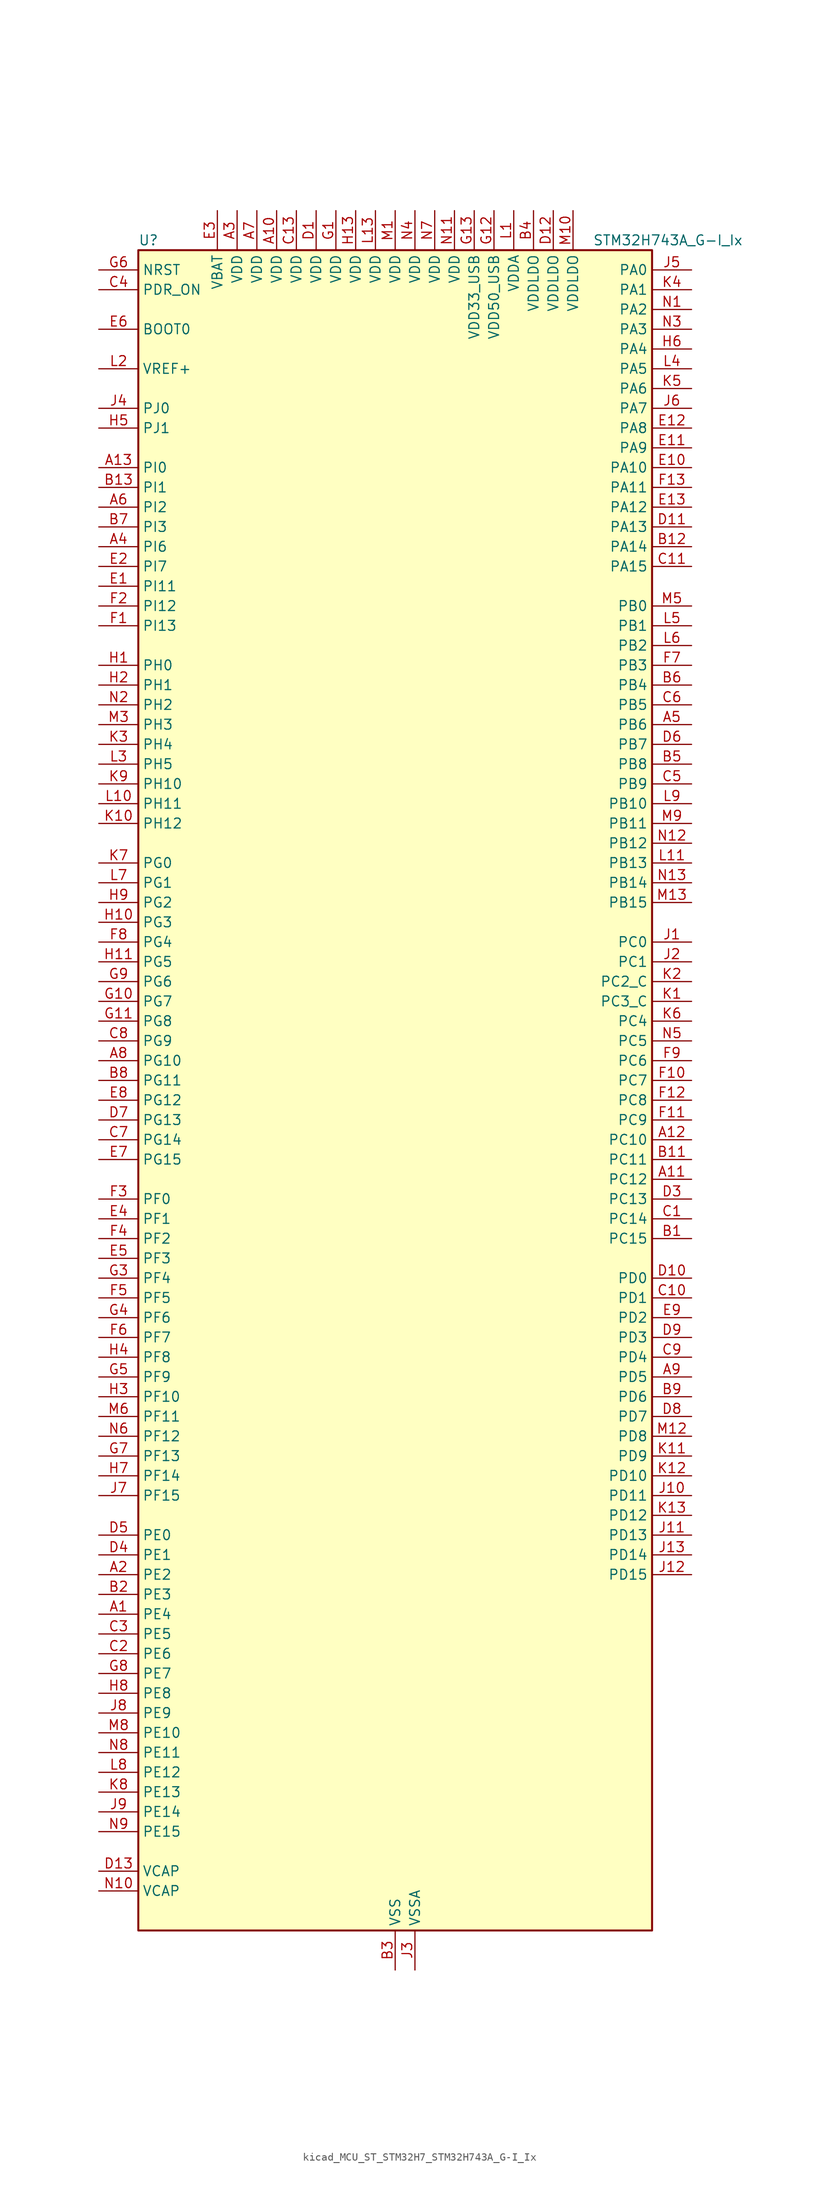
<source format=kicad_sym>
(kicad_symbol_lib
  (version 20220914)
  (generator kicad_symbol_editor)
  (symbol "kicad_MCU_ST_STM32H7_STM32H743A_G-I_Ix"
    (property "Reference" "U"
      (at -33.02 110.49 0)
      (effects (font (size 1.27 1.27)) (justify left)))
    (property "Value" "STM32H743A_G-I_Ix"
      (at 25.4 110.49 0)
      (effects (font (size 1.27 1.27)) (justify left)))
    (property "ki_locked" ""
      (at 0 0 0)
      (effects (font (size 1.27 1.27))))
    (symbol "kicad_MCU_ST_STM32H7_STM32H743A_G-I_Ix_0_1"
      (rectangle (start -33.02 -106.68) (end 33.02 109.22) (stroke (width 0.254) (type default)) (fill (type background))))
    (symbol "kicad_MCU_ST_STM32H7_STM32H743A_G-I_Ix_1_1"
      (pin bidirectional line (at -38.1 -66.04 0) (length 5.08) (name "PE4" (effects (font (size 1.27 1.27)))) (number "A1" (effects (font (size 1.27 1.27)))) (alternate "DCMI_D4" bidirectional line) (alternate "DEBUG_TRACED1" bidirectional line) (alternate "DFSDM1_DATIN3" bidirectional line) (alternate "FMC_A20" bidirectional line) (alternate "LTDC_B0" bidirectional line) (alternate "SAI1_D2" bidirectional line) (alternate "SAI1_FS_A" bidirectional line) (alternate "SAI4_D2" bidirectional line) (alternate "SAI4_FS_A" bidirectional line) (alternate "SPI4_NSS" bidirectional line) (alternate "TIM15_CH1N" bidirectional line))
      (pin power_in line (at -15.24 114.3 270) (length 5.08) (name "VDD" (effects (font (size 1.27 1.27)))) (number "A10" (effects (font (size 1.27 1.27)))))
      (pin bidirectional line (at 38.1 -10.16 180) (length 5.08) (name "PC12" (effects (font (size 1.27 1.27)))) (number "A11" (effects (font (size 1.27 1.27)))) (alternate "DCMI_D9" bidirectional line) (alternate "DEBUG_TRACED3" bidirectional line) (alternate "HRTIM_EEV2" bidirectional line) (alternate "I2S3_SDO" bidirectional line) (alternate "SDMMC1_CK" bidirectional line) (alternate "SPI3_MOSI" bidirectional line) (alternate "UART5_TX" bidirectional line) (alternate "USART3_CK" bidirectional line))
      (pin bidirectional line (at 38.1 -5.08 180) (length 5.08) (name "PC10" (effects (font (size 1.27 1.27)))) (number "A12" (effects (font (size 1.27 1.27)))) (alternate "DCMI_D8" bidirectional line) (alternate "DFSDM1_CKIN5" bidirectional line) (alternate "HRTIM_EEV1" bidirectional line) (alternate "I2S3_CK" bidirectional line) (alternate "LTDC_R2" bidirectional line) (alternate "QUADSPI_BK1_IO1" bidirectional line) (alternate "SDMMC1_D2" bidirectional line) (alternate "SPI3_SCK" bidirectional line) (alternate "UART4_TX" bidirectional line) (alternate "USART3_TX" bidirectional line))
      (pin bidirectional line (at -38.1 81.28 0) (length 5.08) (name "PI0" (effects (font (size 1.27 1.27)))) (number "A13" (effects (font (size 1.27 1.27)))) (alternate "DCMI_D13" bidirectional line) (alternate "FMC_D24" bidirectional line) (alternate "I2S2_WS" bidirectional line) (alternate "LTDC_G5" bidirectional line) (alternate "SPI2_NSS" bidirectional line) (alternate "TIM5_CH4" bidirectional line))
      (pin bidirectional line (at -38.1 -60.96 0) (length 5.08) (name "PE2" (effects (font (size 1.27 1.27)))) (number "A2" (effects (font (size 1.27 1.27)))) (alternate "DEBUG_TRACECLK" bidirectional line) (alternate "ETH_TXD3" bidirectional line) (alternate "FMC_A23" bidirectional line) (alternate "QUADSPI_BK1_IO2" bidirectional line) (alternate "SAI1_CK1" bidirectional line) (alternate "SAI1_MCLK_A" bidirectional line) (alternate "SAI4_CK1" bidirectional line) (alternate "SAI4_MCLK_A" bidirectional line) (alternate "SPI4_SCK" bidirectional line))
      (pin power_in line (at -20.32 114.3 270) (length 5.08) (name "VDD" (effects (font (size 1.27 1.27)))) (number "A3" (effects (font (size 1.27 1.27)))))
      (pin bidirectional line (at -38.1 71.12 0) (length 5.08) (name "PI6" (effects (font (size 1.27 1.27)))) (number "A4" (effects (font (size 1.27 1.27)))) (alternate "DCMI_D6" bidirectional line) (alternate "FMC_D28" bidirectional line) (alternate "LTDC_B6" bidirectional line) (alternate "SAI2_SD_A" bidirectional line) (alternate "TIM8_CH2" bidirectional line))
      (pin bidirectional line (at 38.1 48.26 180) (length 5.08) (name "PB6" (effects (font (size 1.27 1.27)))) (number "A5" (effects (font (size 1.27 1.27)))) (alternate "CEC" bidirectional line) (alternate "DCMI_D5" bidirectional line) (alternate "DFSDM1_DATIN5" bidirectional line) (alternate "FDCAN2_TX" bidirectional line) (alternate "FMC_SDNE1" bidirectional line) (alternate "HRTIM_EEV8" bidirectional line) (alternate "I2C1_SCL" bidirectional line) (alternate "I2C4_SCL" bidirectional line) (alternate "LPUART1_TX" bidirectional line) (alternate "QUADSPI_BK1_NCS" bidirectional line) (alternate "TIM16_CH1N" bidirectional line) (alternate "TIM4_CH1" bidirectional line) (alternate "UART5_TX" bidirectional line) (alternate "USART1_TX" bidirectional line))
      (pin bidirectional line (at -38.1 76.2 0) (length 5.08) (name "PI2" (effects (font (size 1.27 1.27)))) (number "A6" (effects (font (size 1.27 1.27)))) (alternate "DCMI_D9" bidirectional line) (alternate "FMC_D26" bidirectional line) (alternate "I2S2_SDI" bidirectional line) (alternate "LTDC_G7" bidirectional line) (alternate "SPI2_MISO" bidirectional line) (alternate "TIM8_CH4" bidirectional line))
      (pin power_in line (at -17.78 114.3 270) (length 5.08) (name "VDD" (effects (font (size 1.27 1.27)))) (number "A7" (effects (font (size 1.27 1.27)))))
      (pin bidirectional line (at -38.1 5.08 0) (length 5.08) (name "PG10" (effects (font (size 1.27 1.27)))) (number "A8" (effects (font (size 1.27 1.27)))) (alternate "DCMI_D2" bidirectional line) (alternate "FMC_NE3" bidirectional line) (alternate "HRTIM_FLT5" bidirectional line) (alternate "I2S1_WS" bidirectional line) (alternate "LTDC_B2" bidirectional line) (alternate "LTDC_G3" bidirectional line) (alternate "SAI2_SD_B" bidirectional line) (alternate "SPI1_NSS" bidirectional line))
      (pin bidirectional line (at 38.1 -35.56 180) (length 5.08) (name "PD5" (effects (font (size 1.27 1.27)))) (number "A9" (effects (font (size 1.27 1.27)))) (alternate "FMC_NWE" bidirectional line) (alternate "HRTIM_EEV3" bidirectional line) (alternate "USART2_TX" bidirectional line))
      (pin bidirectional line (at 38.1 -17.78 180) (length 5.08) (name "PC15" (effects (font (size 1.27 1.27)))) (number "B1" (effects (font (size 1.27 1.27)))) (alternate "ADC1_EXTI15" bidirectional line) (alternate "ADC2_EXTI15" bidirectional line) (alternate "ADC3_EXTI15" bidirectional line) (alternate "RCC_OSC32_OUT" bidirectional line))
      (pin passive line (at 0 -111.76 90) (length 5.08) hide (name "VSS" (effects (font (size 1.27 1.27)))) (number "B10" (effects (font (size 1.27 1.27)))))
      (pin bidirectional line (at 38.1 -7.62 180) (length 5.08) (name "PC11" (effects (font (size 1.27 1.27)))) (number "B11" (effects (font (size 1.27 1.27)))) (alternate "ADC1_EXTI11" bidirectional line) (alternate "ADC2_EXTI11" bidirectional line) (alternate "ADC3_EXTI11" bidirectional line) (alternate "DCMI_D4" bidirectional line) (alternate "DFSDM1_DATIN5" bidirectional line) (alternate "HRTIM_FLT2" bidirectional line) (alternate "I2S3_SDI" bidirectional line) (alternate "QUADSPI_BK2_NCS" bidirectional line) (alternate "SDMMC1_D3" bidirectional line) (alternate "SPI3_MISO" bidirectional line) (alternate "UART4_RX" bidirectional line) (alternate "USART3_RX" bidirectional line))
      (pin bidirectional line (at 38.1 71.12 180) (length 5.08) (name "PA14" (effects (font (size 1.27 1.27)))) (number "B12" (effects (font (size 1.27 1.27)))) (alternate "DEBUG_JTCK-SWCLK" bidirectional line))
      (pin bidirectional line (at -38.1 78.74 0) (length 5.08) (name "PI1" (effects (font (size 1.27 1.27)))) (number "B13" (effects (font (size 1.27 1.27)))) (alternate "DCMI_D8" bidirectional line) (alternate "FMC_D25" bidirectional line) (alternate "I2S2_CK" bidirectional line) (alternate "LTDC_G6" bidirectional line) (alternate "SPI2_SCK" bidirectional line) (alternate "TIM8_BKIN2" bidirectional line) (alternate "TIM8_BKIN2_COMP1" bidirectional line) (alternate "TIM8_BKIN2_COMP2" bidirectional line))
      (pin bidirectional line (at -38.1 -63.5 0) (length 5.08) (name "PE3" (effects (font (size 1.27 1.27)))) (number "B2" (effects (font (size 1.27 1.27)))) (alternate "DEBUG_TRACED0" bidirectional line) (alternate "FMC_A19" bidirectional line) (alternate "SAI1_SD_B" bidirectional line) (alternate "SAI4_SD_B" bidirectional line) (alternate "TIM15_BKIN" bidirectional line))
      (pin power_in line (at 0 -111.76 90) (length 5.08) (name "VSS" (effects (font (size 1.27 1.27)))) (number "B3" (effects (font (size 1.27 1.27)))))
      (pin power_in line (at 17.78 114.3 270) (length 5.08) (name "VDDLDO" (effects (font (size 1.27 1.27)))) (number "B4" (effects (font (size 1.27 1.27)))))
      (pin bidirectional line (at 38.1 43.18 180) (length 5.08) (name "PB8" (effects (font (size 1.27 1.27)))) (number "B5" (effects (font (size 1.27 1.27)))) (alternate "DCMI_D6" bidirectional line) (alternate "DFSDM1_CKIN7" bidirectional line) (alternate "ETH_TXD3" bidirectional line) (alternate "FDCAN1_RX" bidirectional line) (alternate "I2C1_SCL" bidirectional line) (alternate "I2C4_SCL" bidirectional line) (alternate "LTDC_B6" bidirectional line) (alternate "SDMMC1_CKIN" bidirectional line) (alternate "SDMMC1_D4" bidirectional line) (alternate "SDMMC2_D4" bidirectional line) (alternate "TIM16_CH1" bidirectional line) (alternate "TIM4_CH3" bidirectional line) (alternate "UART4_RX" bidirectional line))
      (pin bidirectional line (at 38.1 53.34 180) (length 5.08) (name "PB4" (effects (font (size 1.27 1.27)))) (number "B6" (effects (font (size 1.27 1.27)))) (alternate "DEBUG_JTRST" bidirectional line) (alternate "HRTIM_EEV6" bidirectional line) (alternate "I2S1_SDI" bidirectional line) (alternate "I2S2_WS" bidirectional line) (alternate "I2S3_SDI" bidirectional line) (alternate "SDMMC2_D3" bidirectional line) (alternate "SPI1_MISO" bidirectional line) (alternate "SPI2_NSS" bidirectional line) (alternate "SPI3_MISO" bidirectional line) (alternate "SPI6_MISO" bidirectional line) (alternate "TIM16_BKIN" bidirectional line) (alternate "TIM3_CH1" bidirectional line) (alternate "UART7_TX" bidirectional line))
      (pin bidirectional line (at -38.1 73.66 0) (length 5.08) (name "PI3" (effects (font (size 1.27 1.27)))) (number "B7" (effects (font (size 1.27 1.27)))) (alternate "DCMI_D10" bidirectional line) (alternate "FMC_D27" bidirectional line) (alternate "I2S2_SDO" bidirectional line) (alternate "SPI2_MOSI" bidirectional line) (alternate "TIM8_ETR" bidirectional line))
      (pin bidirectional line (at -38.1 2.54 0) (length 5.08) (name "PG11" (effects (font (size 1.27 1.27)))) (number "B8" (effects (font (size 1.27 1.27)))) (alternate "ADC1_EXTI11" bidirectional line) (alternate "ADC2_EXTI11" bidirectional line) (alternate "ADC3_EXTI11" bidirectional line) (alternate "DCMI_D3" bidirectional line) (alternate "ETH_TX_EN" bidirectional line) (alternate "HRTIM_EEV4" bidirectional line) (alternate "I2S1_CK" bidirectional line) (alternate "LPTIM1_IN2" bidirectional line) (alternate "LTDC_B3" bidirectional line) (alternate "SDMMC2_D2" bidirectional line) (alternate "SPDIFRX1_IN0" bidirectional line) (alternate "SPI1_SCK" bidirectional line))
      (pin bidirectional line (at 38.1 -38.1 180) (length 5.08) (name "PD6" (effects (font (size 1.27 1.27)))) (number "B9" (effects (font (size 1.27 1.27)))) (alternate "DCMI_D10" bidirectional line) (alternate "DFSDM1_CKIN4" bidirectional line) (alternate "DFSDM1_DATIN1" bidirectional line) (alternate "FMC_NWAIT" bidirectional line) (alternate "I2S3_SDO" bidirectional line) (alternate "LTDC_B2" bidirectional line) (alternate "SAI1_D1" bidirectional line) (alternate "SAI1_SD_A" bidirectional line) (alternate "SAI4_D1" bidirectional line) (alternate "SAI4_SD_A" bidirectional line) (alternate "SDMMC2_CK" bidirectional line) (alternate "SPI3_MOSI" bidirectional line) (alternate "USART2_RX" bidirectional line))
      (pin bidirectional line (at 38.1 -15.24 180) (length 5.08) (name "PC14" (effects (font (size 1.27 1.27)))) (number "C1" (effects (font (size 1.27 1.27)))) (alternate "RCC_OSC32_IN" bidirectional line))
      (pin bidirectional line (at 38.1 -25.4 180) (length 5.08) (name "PD1" (effects (font (size 1.27 1.27)))) (number "C10" (effects (font (size 1.27 1.27)))) (alternate "DFSDM1_DATIN6" bidirectional line) (alternate "FDCAN1_TX" bidirectional line) (alternate "FMC_D3" bidirectional line) (alternate "FMC_DA3" bidirectional line) (alternate "SAI3_SD_A" bidirectional line) (alternate "UART4_TX" bidirectional line))
      (pin bidirectional line (at 38.1 68.58 180) (length 5.08) (name "PA15" (effects (font (size 1.27 1.27)))) (number "C11" (effects (font (size 1.27 1.27)))) (alternate "ADC1_EXTI15" bidirectional line) (alternate "ADC2_EXTI15" bidirectional line) (alternate "ADC3_EXTI15" bidirectional line) (alternate "CEC" bidirectional line) (alternate "DEBUG_JTDI" bidirectional line) (alternate "HRTIM_FLT1" bidirectional line) (alternate "I2S1_WS" bidirectional line) (alternate "I2S3_WS" bidirectional line) (alternate "SPI1_NSS" bidirectional line) (alternate "SPI3_NSS" bidirectional line) (alternate "SPI6_NSS" bidirectional line) (alternate "TIM2_CH1" bidirectional line) (alternate "TIM2_ETR" bidirectional line) (alternate "UART4_DE" bidirectional line) (alternate "UART4_RTS" bidirectional line) (alternate "UART7_TX" bidirectional line))
      (pin passive line (at 0 -111.76 90) (length 5.08) hide (name "VSS" (effects (font (size 1.27 1.27)))) (number "C12" (effects (font (size 1.27 1.27)))))
      (pin power_in line (at -12.7 114.3 270) (length 5.08) (name "VDD" (effects (font (size 1.27 1.27)))) (number "C13" (effects (font (size 1.27 1.27)))))
      (pin bidirectional line (at -38.1 -71.12 0) (length 5.08) (name "PE6" (effects (font (size 1.27 1.27)))) (number "C2" (effects (font (size 1.27 1.27)))) (alternate "DCMI_D7" bidirectional line) (alternate "DEBUG_TRACED3" bidirectional line) (alternate "FMC_A22" bidirectional line) (alternate "LTDC_G1" bidirectional line) (alternate "SAI1_D1" bidirectional line) (alternate "SAI1_SD_A" bidirectional line) (alternate "SAI2_MCLK_B" bidirectional line) (alternate "SAI4_D1" bidirectional line) (alternate "SAI4_SD_A" bidirectional line) (alternate "SPI4_MOSI" bidirectional line) (alternate "TIM15_CH2" bidirectional line) (alternate "TIM1_BKIN2" bidirectional line) (alternate "TIM1_BKIN2_COMP1" bidirectional line) (alternate "TIM1_BKIN2_COMP2" bidirectional line))
      (pin bidirectional line (at -38.1 -68.58 0) (length 5.08) (name "PE5" (effects (font (size 1.27 1.27)))) (number "C3" (effects (font (size 1.27 1.27)))) (alternate "DCMI_D6" bidirectional line) (alternate "DEBUG_TRACED2" bidirectional line) (alternate "DFSDM1_CKIN3" bidirectional line) (alternate "FMC_A21" bidirectional line) (alternate "LTDC_G0" bidirectional line) (alternate "SAI1_CK2" bidirectional line) (alternate "SAI1_SCK_A" bidirectional line) (alternate "SAI4_CK2" bidirectional line) (alternate "SAI4_SCK_A" bidirectional line) (alternate "SPI4_MISO" bidirectional line) (alternate "TIM15_CH1" bidirectional line))
      (pin input line (at -38.1 104.14 0) (length 5.08) (name "PDR_ON" (effects (font (size 1.27 1.27)))) (number "C4" (effects (font (size 1.27 1.27)))))
      (pin bidirectional line (at 38.1 40.64 180) (length 5.08) (name "PB9" (effects (font (size 1.27 1.27)))) (number "C5" (effects (font (size 1.27 1.27)))) (alternate "DAC1_EXTI9" bidirectional line) (alternate "DCMI_D7" bidirectional line) (alternate "DFSDM1_DATIN7" bidirectional line) (alternate "FDCAN1_TX" bidirectional line) (alternate "I2C1_SDA" bidirectional line) (alternate "I2C4_SDA" bidirectional line) (alternate "I2C4_SMBA" bidirectional line) (alternate "I2S2_WS" bidirectional line) (alternate "LTDC_B7" bidirectional line) (alternate "SDMMC1_CDIR" bidirectional line) (alternate "SDMMC1_D5" bidirectional line) (alternate "SDMMC2_D5" bidirectional line) (alternate "SPI2_NSS" bidirectional line) (alternate "TIM17_CH1" bidirectional line) (alternate "TIM4_CH4" bidirectional line) (alternate "UART4_TX" bidirectional line))
      (pin bidirectional line (at 38.1 50.8 180) (length 5.08) (name "PB5" (effects (font (size 1.27 1.27)))) (number "C6" (effects (font (size 1.27 1.27)))) (alternate "DCMI_D10" bidirectional line) (alternate "ETH_PPS_OUT" bidirectional line) (alternate "FDCAN2_RX" bidirectional line) (alternate "FMC_SDCKE1" bidirectional line) (alternate "HRTIM_EEV7" bidirectional line) (alternate "I2C1_SMBA" bidirectional line) (alternate "I2C4_SMBA" bidirectional line) (alternate "I2S1_SDO" bidirectional line) (alternate "I2S3_SDO" bidirectional line) (alternate "SPI1_MOSI" bidirectional line) (alternate "SPI3_MOSI" bidirectional line) (alternate "SPI6_MOSI" bidirectional line) (alternate "TIM17_BKIN" bidirectional line) (alternate "TIM3_CH2" bidirectional line) (alternate "UART5_RX" bidirectional line) (alternate "USB_OTG_HS_ULPI_D7" bidirectional line))
      (pin bidirectional line (at -38.1 -5.08 0) (length 5.08) (name "PG14" (effects (font (size 1.27 1.27)))) (number "C7" (effects (font (size 1.27 1.27)))) (alternate "DEBUG_TRACED1" bidirectional line) (alternate "ETH_TXD1" bidirectional line) (alternate "FMC_A25" bidirectional line) (alternate "LPTIM1_ETR" bidirectional line) (alternate "LTDC_B0" bidirectional line) (alternate "QUADSPI_BK2_IO3" bidirectional line) (alternate "SPI6_MOSI" bidirectional line) (alternate "USART6_TX" bidirectional line))
      (pin bidirectional line (at -38.1 7.62 0) (length 5.08) (name "PG9" (effects (font (size 1.27 1.27)))) (number "C8" (effects (font (size 1.27 1.27)))) (alternate "DAC1_EXTI9" bidirectional line) (alternate "DCMI_VSYNC" bidirectional line) (alternate "FMC_NCE" bidirectional line) (alternate "FMC_NE2" bidirectional line) (alternate "I2S1_SDI" bidirectional line) (alternate "QUADSPI_BK2_IO2" bidirectional line) (alternate "SAI2_FS_B" bidirectional line) (alternate "SPDIFRX1_IN3" bidirectional line) (alternate "SPI1_MISO" bidirectional line) (alternate "USART6_RX" bidirectional line))
      (pin bidirectional line (at 38.1 -33.02 180) (length 5.08) (name "PD4" (effects (font (size 1.27 1.27)))) (number "C9" (effects (font (size 1.27 1.27)))) (alternate "FMC_NOE" bidirectional line) (alternate "HRTIM_FLT3" bidirectional line) (alternate "SAI3_FS_A" bidirectional line) (alternate "USART2_DE" bidirectional line) (alternate "USART2_RTS" bidirectional line))
      (pin power_in line (at -10.16 114.3 270) (length 5.08) (name "VDD" (effects (font (size 1.27 1.27)))) (number "D1" (effects (font (size 1.27 1.27)))))
      (pin bidirectional line (at 38.1 -22.86 180) (length 5.08) (name "PD0" (effects (font (size 1.27 1.27)))) (number "D10" (effects (font (size 1.27 1.27)))) (alternate "DFSDM1_CKIN6" bidirectional line) (alternate "FDCAN1_RX" bidirectional line) (alternate "FMC_D2" bidirectional line) (alternate "FMC_DA2" bidirectional line) (alternate "SAI3_SCK_A" bidirectional line) (alternate "UART4_RX" bidirectional line))
      (pin bidirectional line (at 38.1 73.66 180) (length 5.08) (name "PA13" (effects (font (size 1.27 1.27)))) (number "D11" (effects (font (size 1.27 1.27)))) (alternate "DEBUG_JTMS-SWDIO" bidirectional line))
      (pin power_in line (at 20.32 114.3 270) (length 5.08) (name "VDDLDO" (effects (font (size 1.27 1.27)))) (number "D12" (effects (font (size 1.27 1.27)))))
      (pin power_out line (at -38.1 -99.06 0) (length 5.08) (name "VCAP" (effects (font (size 1.27 1.27)))) (number "D13" (effects (font (size 1.27 1.27)))))
      (pin passive line (at 0 -111.76 90) (length 5.08) hide (name "VSS" (effects (font (size 1.27 1.27)))) (number "D2" (effects (font (size 1.27 1.27)))))
      (pin bidirectional line (at 38.1 -12.7 180) (length 5.08) (name "PC13" (effects (font (size 1.27 1.27)))) (number "D3" (effects (font (size 1.27 1.27)))) (alternate "PWR_WKUP2" bidirectional line) (alternate "RTC_OUT_ALARM" bidirectional line) (alternate "RTC_OUT_CALIB" bidirectional line) (alternate "RTC_TAMP1" bidirectional line) (alternate "RTC_TS" bidirectional line))
      (pin bidirectional line (at -38.1 -58.42 0) (length 5.08) (name "PE1" (effects (font (size 1.27 1.27)))) (number "D4" (effects (font (size 1.27 1.27)))) (alternate "DCMI_D3" bidirectional line) (alternate "FMC_NBL1" bidirectional line) (alternate "HRTIM_SCOUT" bidirectional line) (alternate "LPTIM1_IN2" bidirectional line) (alternate "UART8_TX" bidirectional line))
      (pin bidirectional line (at -38.1 -55.88 0) (length 5.08) (name "PE0" (effects (font (size 1.27 1.27)))) (number "D5" (effects (font (size 1.27 1.27)))) (alternate "DCMI_D2" bidirectional line) (alternate "FMC_NBL0" bidirectional line) (alternate "HRTIM_SCIN" bidirectional line) (alternate "LPTIM1_ETR" bidirectional line) (alternate "LPTIM2_ETR" bidirectional line) (alternate "SAI2_MCLK_A" bidirectional line) (alternate "TIM4_ETR" bidirectional line) (alternate "UART8_RX" bidirectional line))
      (pin bidirectional line (at 38.1 45.72 180) (length 5.08) (name "PB7" (effects (font (size 1.27 1.27)))) (number "D6" (effects (font (size 1.27 1.27)))) (alternate "DCMI_VSYNC" bidirectional line) (alternate "DFSDM1_CKIN5" bidirectional line) (alternate "FMC_NL" bidirectional line) (alternate "HRTIM_EEV9" bidirectional line) (alternate "I2C1_SDA" bidirectional line) (alternate "I2C4_SDA" bidirectional line) (alternate "LPUART1_RX" bidirectional line) (alternate "PWR_PVD_IN" bidirectional line) (alternate "TIM17_CH1N" bidirectional line) (alternate "TIM4_CH2" bidirectional line) (alternate "USART1_RX" bidirectional line))
      (pin bidirectional line (at -38.1 -2.54 0) (length 5.08) (name "PG13" (effects (font (size 1.27 1.27)))) (number "D7" (effects (font (size 1.27 1.27)))) (alternate "DEBUG_TRACED0" bidirectional line) (alternate "ETH_TXD0" bidirectional line) (alternate "FMC_A24" bidirectional line) (alternate "HRTIM_EEV10" bidirectional line) (alternate "LPTIM1_OUT" bidirectional line) (alternate "LTDC_R0" bidirectional line) (alternate "SPI6_SCK" bidirectional line) (alternate "USART6_CTS" bidirectional line) (alternate "USART6_NSS" bidirectional line))
      (pin bidirectional line (at 38.1 -40.64 180) (length 5.08) (name "PD7" (effects (font (size 1.27 1.27)))) (number "D8" (effects (font (size 1.27 1.27)))) (alternate "DFSDM1_CKIN1" bidirectional line) (alternate "DFSDM1_DATIN4" bidirectional line) (alternate "FMC_NE1" bidirectional line) (alternate "I2S1_SDO" bidirectional line) (alternate "SDMMC2_CMD" bidirectional line) (alternate "SPDIFRX1_IN0" bidirectional line) (alternate "SPI1_MOSI" bidirectional line) (alternate "USART2_CK" bidirectional line))
      (pin bidirectional line (at 38.1 -30.48 180) (length 5.08) (name "PD3" (effects (font (size 1.27 1.27)))) (number "D9" (effects (font (size 1.27 1.27)))) (alternate "DCMI_D5" bidirectional line) (alternate "DFSDM1_CKOUT" bidirectional line) (alternate "FMC_CLK" bidirectional line) (alternate "I2S2_CK" bidirectional line) (alternate "LTDC_G7" bidirectional line) (alternate "SPI2_SCK" bidirectional line) (alternate "USART2_CTS" bidirectional line) (alternate "USART2_NSS" bidirectional line))
      (pin bidirectional line (at -38.1 66.04 0) (length 5.08) (name "PI11" (effects (font (size 1.27 1.27)))) (number "E1" (effects (font (size 1.27 1.27)))) (alternate "ADC1_EXTI11" bidirectional line) (alternate "ADC2_EXTI11" bidirectional line) (alternate "ADC3_EXTI11" bidirectional line) (alternate "LTDC_G6" bidirectional line) (alternate "PWR_WKUP4" bidirectional line) (alternate "USB_OTG_HS_ULPI_DIR" bidirectional line))
      (pin bidirectional line (at 38.1 81.28 180) (length 5.08) (name "PA10" (effects (font (size 1.27 1.27)))) (number "E10" (effects (font (size 1.27 1.27)))) (alternate "DCMI_D1" bidirectional line) (alternate "HRTIM_CHC2" bidirectional line) (alternate "LPUART1_RX" bidirectional line) (alternate "LTDC_B1" bidirectional line) (alternate "LTDC_B4" bidirectional line) (alternate "MDIOS_MDIO" bidirectional line) (alternate "TIM1_CH3" bidirectional line) (alternate "USART1_RX" bidirectional line) (alternate "USB_OTG_FS_ID" bidirectional line))
      (pin bidirectional line (at 38.1 83.82 180) (length 5.08) (name "PA9" (effects (font (size 1.27 1.27)))) (number "E11" (effects (font (size 1.27 1.27)))) (alternate "DAC1_EXTI9" bidirectional line) (alternate "DCMI_D0" bidirectional line) (alternate "HRTIM_CHC1" bidirectional line) (alternate "I2C3_SMBA" bidirectional line) (alternate "I2S2_CK" bidirectional line) (alternate "LPUART1_TX" bidirectional line) (alternate "LTDC_R5" bidirectional line) (alternate "SPI2_SCK" bidirectional line) (alternate "TIM1_CH2" bidirectional line) (alternate "USART1_TX" bidirectional line) (alternate "USB_OTG_FS_VBUS" bidirectional line))
      (pin bidirectional line (at 38.1 86.36 180) (length 5.08) (name "PA8" (effects (font (size 1.27 1.27)))) (number "E12" (effects (font (size 1.27 1.27)))) (alternate "HRTIM_CHB2" bidirectional line) (alternate "I2C3_SCL" bidirectional line) (alternate "LTDC_B3" bidirectional line) (alternate "LTDC_R6" bidirectional line) (alternate "RCC_MCO_1" bidirectional line) (alternate "TIM1_CH1" bidirectional line) (alternate "TIM8_BKIN2" bidirectional line) (alternate "TIM8_BKIN2_COMP1" bidirectional line) (alternate "TIM8_BKIN2_COMP2" bidirectional line) (alternate "UART7_RX" bidirectional line) (alternate "USART1_CK" bidirectional line) (alternate "USB_OTG_FS_SOF" bidirectional line))
      (pin bidirectional line (at 38.1 76.2 180) (length 5.08) (name "PA12" (effects (font (size 1.27 1.27)))) (number "E13" (effects (font (size 1.27 1.27)))) (alternate "FDCAN1_TX" bidirectional line) (alternate "HRTIM_CHD2" bidirectional line) (alternate "I2S2_CK" bidirectional line) (alternate "LPUART1_DE" bidirectional line) (alternate "LPUART1_RTS" bidirectional line) (alternate "LTDC_R5" bidirectional line) (alternate "SAI2_FS_B" bidirectional line) (alternate "SPI2_SCK" bidirectional line) (alternate "TIM1_ETR" bidirectional line) (alternate "UART4_TX" bidirectional line) (alternate "USART1_DE" bidirectional line) (alternate "USART1_RTS" bidirectional line) (alternate "USB_OTG_FS_DP" bidirectional line))
      (pin bidirectional line (at -38.1 68.58 0) (length 5.08) (name "PI7" (effects (font (size 1.27 1.27)))) (number "E2" (effects (font (size 1.27 1.27)))) (alternate "DCMI_D7" bidirectional line) (alternate "FMC_D29" bidirectional line) (alternate "LTDC_B7" bidirectional line) (alternate "SAI2_FS_A" bidirectional line) (alternate "TIM8_CH3" bidirectional line))
      (pin power_in line (at -22.86 114.3 270) (length 5.08) (name "VBAT" (effects (font (size 1.27 1.27)))) (number "E3" (effects (font (size 1.27 1.27)))))
      (pin bidirectional line (at -38.1 -15.24 0) (length 5.08) (name "PF1" (effects (font (size 1.27 1.27)))) (number "E4" (effects (font (size 1.27 1.27)))) (alternate "FMC_A1" bidirectional line) (alternate "I2C2_SCL" bidirectional line))
      (pin bidirectional line (at -38.1 -20.32 0) (length 5.08) (name "PF3" (effects (font (size 1.27 1.27)))) (number "E5" (effects (font (size 1.27 1.27)))) (alternate "ADC3_INP5" bidirectional line) (alternate "FMC_A3" bidirectional line))
      (pin input line (at -38.1 99.06 0) (length 5.08) (name "BOOT0" (effects (font (size 1.27 1.27)))) (number "E6" (effects (font (size 1.27 1.27)))))
      (pin bidirectional line (at -38.1 -7.62 0) (length 5.08) (name "PG15" (effects (font (size 1.27 1.27)))) (number "E7" (effects (font (size 1.27 1.27)))) (alternate "ADC1_EXTI15" bidirectional line) (alternate "ADC2_EXTI15" bidirectional line) (alternate "ADC3_EXTI15" bidirectional line) (alternate "DCMI_D13" bidirectional line) (alternate "FMC_SDNCAS" bidirectional line) (alternate "USART6_CTS" bidirectional line) (alternate "USART6_NSS" bidirectional line))
      (pin bidirectional line (at -38.1 0 0) (length 5.08) (name "PG12" (effects (font (size 1.27 1.27)))) (number "E8" (effects (font (size 1.27 1.27)))) (alternate "ETH_TXD1" bidirectional line) (alternate "FMC_NE4" bidirectional line) (alternate "HRTIM_EEV5" bidirectional line) (alternate "LPTIM1_IN1" bidirectional line) (alternate "LTDC_B1" bidirectional line) (alternate "LTDC_B4" bidirectional line) (alternate "SPDIFRX1_IN1" bidirectional line) (alternate "SPI6_MISO" bidirectional line) (alternate "USART6_DE" bidirectional line) (alternate "USART6_RTS" bidirectional line))
      (pin bidirectional line (at 38.1 -27.94 180) (length 5.08) (name "PD2" (effects (font (size 1.27 1.27)))) (number "E9" (effects (font (size 1.27 1.27)))) (alternate "DCMI_D11" bidirectional line) (alternate "DEBUG_TRACED2" bidirectional line) (alternate "SDMMC1_CMD" bidirectional line) (alternate "TIM3_ETR" bidirectional line) (alternate "UART5_RX" bidirectional line))
      (pin bidirectional line (at -38.1 60.96 0) (length 5.08) (name "PI13" (effects (font (size 1.27 1.27)))) (number "F1" (effects (font (size 1.27 1.27)))) (alternate "LTDC_VSYNC" bidirectional line))
      (pin bidirectional line (at 38.1 2.54 180) (length 5.08) (name "PC7" (effects (font (size 1.27 1.27)))) (number "F10" (effects (font (size 1.27 1.27)))) (alternate "DCMI_D1" bidirectional line) (alternate "DEBUG_TRGIO" bidirectional line) (alternate "DFSDM1_DATIN3" bidirectional line) (alternate "FMC_NE1" bidirectional line) (alternate "HRTIM_CHA2" bidirectional line) (alternate "I2S3_MCK" bidirectional line) (alternate "LTDC_G6" bidirectional line) (alternate "SDMMC1_D123DIR" bidirectional line) (alternate "SDMMC1_D7" bidirectional line) (alternate "SDMMC2_D7" bidirectional line) (alternate "SWPMI1_TX" bidirectional line) (alternate "TIM3_CH2" bidirectional line) (alternate "TIM8_CH2" bidirectional line) (alternate "USART6_RX" bidirectional line))
      (pin bidirectional line (at 38.1 -2.54 180) (length 5.08) (name "PC9" (effects (font (size 1.27 1.27)))) (number "F11" (effects (font (size 1.27 1.27)))) (alternate "DAC1_EXTI9" bidirectional line) (alternate "DCMI_D3" bidirectional line) (alternate "I2C3_SDA" bidirectional line) (alternate "I2S_CKIN" bidirectional line) (alternate "LTDC_B2" bidirectional line) (alternate "LTDC_G3" bidirectional line) (alternate "QUADSPI_BK1_IO0" bidirectional line) (alternate "RCC_MCO_2" bidirectional line) (alternate "SDMMC1_D1" bidirectional line) (alternate "SWPMI1_SUSPEND" bidirectional line) (alternate "TIM3_CH4" bidirectional line) (alternate "TIM8_CH4" bidirectional line) (alternate "UART5_CTS" bidirectional line))
      (pin bidirectional line (at 38.1 0 180) (length 5.08) (name "PC8" (effects (font (size 1.27 1.27)))) (number "F12" (effects (font (size 1.27 1.27)))) (alternate "DCMI_D2" bidirectional line) (alternate "DEBUG_TRACED1" bidirectional line) (alternate "FMC_NCE" bidirectional line) (alternate "FMC_NE2" bidirectional line) (alternate "HRTIM_CHB1" bidirectional line) (alternate "SDMMC1_D0" bidirectional line) (alternate "SWPMI1_RX" bidirectional line) (alternate "TIM3_CH3" bidirectional line) (alternate "TIM8_CH3" bidirectional line) (alternate "UART5_DE" bidirectional line) (alternate "UART5_RTS" bidirectional line) (alternate "USART6_CK" bidirectional line))
      (pin bidirectional line (at 38.1 78.74 180) (length 5.08) (name "PA11" (effects (font (size 1.27 1.27)))) (number "F13" (effects (font (size 1.27 1.27)))) (alternate "ADC1_EXTI11" bidirectional line) (alternate "ADC2_EXTI11" bidirectional line) (alternate "ADC3_EXTI11" bidirectional line) (alternate "FDCAN1_RX" bidirectional line) (alternate "HRTIM_CHD1" bidirectional line) (alternate "I2S2_WS" bidirectional line) (alternate "LPUART1_CTS" bidirectional line) (alternate "LTDC_R4" bidirectional line) (alternate "SPI2_NSS" bidirectional line) (alternate "TIM1_CH4" bidirectional line) (alternate "UART4_RX" bidirectional line) (alternate "USART1_CTS" bidirectional line) (alternate "USART1_NSS" bidirectional line) (alternate "USB_OTG_FS_DM" bidirectional line))
      (pin bidirectional line (at -38.1 63.5 0) (length 5.08) (name "PI12" (effects (font (size 1.27 1.27)))) (number "F2" (effects (font (size 1.27 1.27)))) (alternate "LTDC_HSYNC" bidirectional line))
      (pin bidirectional line (at -38.1 -12.7 0) (length 5.08) (name "PF0" (effects (font (size 1.27 1.27)))) (number "F3" (effects (font (size 1.27 1.27)))) (alternate "FMC_A0" bidirectional line) (alternate "I2C2_SDA" bidirectional line))
      (pin bidirectional line (at -38.1 -17.78 0) (length 5.08) (name "PF2" (effects (font (size 1.27 1.27)))) (number "F4" (effects (font (size 1.27 1.27)))) (alternate "FMC_A2" bidirectional line) (alternate "I2C2_SMBA" bidirectional line))
      (pin bidirectional line (at -38.1 -25.4 0) (length 5.08) (name "PF5" (effects (font (size 1.27 1.27)))) (number "F5" (effects (font (size 1.27 1.27)))) (alternate "ADC3_INP4" bidirectional line) (alternate "FMC_A5" bidirectional line))
      (pin bidirectional line (at -38.1 -30.48 0) (length 5.08) (name "PF7" (effects (font (size 1.27 1.27)))) (number "F6" (effects (font (size 1.27 1.27)))) (alternate "ADC3_INP3" bidirectional line) (alternate "QUADSPI_BK1_IO2" bidirectional line) (alternate "SAI1_MCLK_B" bidirectional line) (alternate "SAI4_MCLK_B" bidirectional line) (alternate "SPI5_SCK" bidirectional line) (alternate "TIM17_CH1" bidirectional line) (alternate "UART7_TX" bidirectional line))
      (pin bidirectional line (at 38.1 55.88 180) (length 5.08) (name "PB3" (effects (font (size 1.27 1.27)))) (number "F7" (effects (font (size 1.27 1.27)))) (alternate "CRS_SYNC" bidirectional line) (alternate "DEBUG_JTDO-SWO" bidirectional line) (alternate "HRTIM_FLT4" bidirectional line) (alternate "I2S1_CK" bidirectional line) (alternate "I2S3_CK" bidirectional line) (alternate "SDMMC2_D2" bidirectional line) (alternate "SPI1_SCK" bidirectional line) (alternate "SPI3_SCK" bidirectional line) (alternate "SPI6_SCK" bidirectional line) (alternate "TIM2_CH2" bidirectional line) (alternate "UART7_RX" bidirectional line))
      (pin bidirectional line (at -38.1 20.32 0) (length 5.08) (name "PG4" (effects (font (size 1.27 1.27)))) (number "F8" (effects (font (size 1.27 1.27)))) (alternate "FMC_A14" bidirectional line) (alternate "FMC_BA0" bidirectional line) (alternate "TIM1_BKIN2" bidirectional line) (alternate "TIM1_BKIN2_COMP1" bidirectional line) (alternate "TIM1_BKIN2_COMP2" bidirectional line))
      (pin bidirectional line (at 38.1 5.08 180) (length 5.08) (name "PC6" (effects (font (size 1.27 1.27)))) (number "F9" (effects (font (size 1.27 1.27)))) (alternate "DCMI_D0" bidirectional line) (alternate "DFSDM1_CKIN3" bidirectional line) (alternate "FMC_NWAIT" bidirectional line) (alternate "HRTIM_CHA1" bidirectional line) (alternate "I2S2_MCK" bidirectional line) (alternate "LTDC_HSYNC" bidirectional line) (alternate "SDMMC1_D0DIR" bidirectional line) (alternate "SDMMC1_D6" bidirectional line) (alternate "SDMMC2_D6" bidirectional line) (alternate "SWPMI1_IO" bidirectional line) (alternate "TIM3_CH1" bidirectional line) (alternate "TIM8_CH1" bidirectional line) (alternate "USART6_TX" bidirectional line))
      (pin power_in line (at -7.62 114.3 270) (length 5.08) (name "VDD" (effects (font (size 1.27 1.27)))) (number "G1" (effects (font (size 1.27 1.27)))))
      (pin bidirectional line (at -38.1 12.7 0) (length 5.08) (name "PG7" (effects (font (size 1.27 1.27)))) (number "G10" (effects (font (size 1.27 1.27)))) (alternate "DCMI_D13" bidirectional line) (alternate "FMC_INT" bidirectional line) (alternate "HRTIM_CHE2" bidirectional line) (alternate "LTDC_CLK" bidirectional line) (alternate "SAI1_MCLK_A" bidirectional line) (alternate "USART6_CK" bidirectional line))
      (pin bidirectional line (at -38.1 10.16 0) (length 5.08) (name "PG8" (effects (font (size 1.27 1.27)))) (number "G11" (effects (font (size 1.27 1.27)))) (alternate "ETH_PPS_OUT" bidirectional line) (alternate "FMC_SDCLK" bidirectional line) (alternate "LTDC_G7" bidirectional line) (alternate "SPDIFRX1_IN2" bidirectional line) (alternate "SPI6_NSS" bidirectional line) (alternate "TIM8_ETR" bidirectional line) (alternate "USART6_DE" bidirectional line) (alternate "USART6_RTS" bidirectional line))
      (pin power_in line (at 12.7 114.3 270) (length 5.08) (name "VDD50_USB" (effects (font (size 1.27 1.27)))) (number "G12" (effects (font (size 1.27 1.27)))))
      (pin power_in line (at 10.16 114.3 270) (length 5.08) (name "VDD33_USB" (effects (font (size 1.27 1.27)))) (number "G13" (effects (font (size 1.27 1.27)))))
      (pin passive line (at 0 -111.76 90) (length 5.08) hide (name "VSS" (effects (font (size 1.27 1.27)))) (number "G2" (effects (font (size 1.27 1.27)))))
      (pin bidirectional line (at -38.1 -22.86 0) (length 5.08) (name "PF4" (effects (font (size 1.27 1.27)))) (number "G3" (effects (font (size 1.27 1.27)))) (alternate "ADC3_INN5" bidirectional line) (alternate "ADC3_INP9" bidirectional line) (alternate "FMC_A4" bidirectional line))
      (pin bidirectional line (at -38.1 -27.94 0) (length 5.08) (name "PF6" (effects (font (size 1.27 1.27)))) (number "G4" (effects (font (size 1.27 1.27)))) (alternate "ADC3_INN4" bidirectional line) (alternate "ADC3_INP8" bidirectional line) (alternate "QUADSPI_BK1_IO3" bidirectional line) (alternate "SAI1_SD_B" bidirectional line) (alternate "SAI4_SD_B" bidirectional line) (alternate "SPI5_NSS" bidirectional line) (alternate "TIM16_CH1" bidirectional line) (alternate "UART7_RX" bidirectional line))
      (pin bidirectional line (at -38.1 -35.56 0) (length 5.08) (name "PF9" (effects (font (size 1.27 1.27)))) (number "G5" (effects (font (size 1.27 1.27)))) (alternate "ADC3_INP2" bidirectional line) (alternate "DAC1_EXTI9" bidirectional line) (alternate "QUADSPI_BK1_IO1" bidirectional line) (alternate "SAI1_FS_B" bidirectional line) (alternate "SAI4_FS_B" bidirectional line) (alternate "SPI5_MOSI" bidirectional line) (alternate "TIM14_CH1" bidirectional line) (alternate "TIM17_CH1N" bidirectional line) (alternate "UART7_CTS" bidirectional line))
      (pin input line (at -38.1 106.68 0) (length 5.08) (name "NRST" (effects (font (size 1.27 1.27)))) (number "G6" (effects (font (size 1.27 1.27)))))
      (pin bidirectional line (at -38.1 -45.72 0) (length 5.08) (name "PF13" (effects (font (size 1.27 1.27)))) (number "G7" (effects (font (size 1.27 1.27)))) (alternate "ADC2_INP2" bidirectional line) (alternate "DFSDM1_DATIN6" bidirectional line) (alternate "FMC_A7" bidirectional line) (alternate "I2C4_SMBA" bidirectional line))
      (pin bidirectional line (at -38.1 -73.66 0) (length 5.08) (name "PE7" (effects (font (size 1.27 1.27)))) (number "G8" (effects (font (size 1.27 1.27)))) (alternate "COMP2_INM" bidirectional line) (alternate "DFSDM1_DATIN2" bidirectional line) (alternate "FMC_D4" bidirectional line) (alternate "FMC_DA4" bidirectional line) (alternate "OPAMP2_VOUT" bidirectional line) (alternate "QUADSPI_BK2_IO0" bidirectional line) (alternate "TIM1_ETR" bidirectional line) (alternate "UART7_RX" bidirectional line))
      (pin bidirectional line (at -38.1 15.24 0) (length 5.08) (name "PG6" (effects (font (size 1.27 1.27)))) (number "G9" (effects (font (size 1.27 1.27)))) (alternate "DCMI_D12" bidirectional line) (alternate "FMC_NE3" bidirectional line) (alternate "HRTIM_CHE1" bidirectional line) (alternate "LTDC_R7" bidirectional line) (alternate "QUADSPI_BK1_NCS" bidirectional line) (alternate "TIM17_BKIN" bidirectional line))
      (pin bidirectional line (at -38.1 55.88 0) (length 5.08) (name "PH0" (effects (font (size 1.27 1.27)))) (number "H1" (effects (font (size 1.27 1.27)))) (alternate "RCC_OSC_IN" bidirectional line))
      (pin bidirectional line (at -38.1 22.86 0) (length 5.08) (name "PG3" (effects (font (size 1.27 1.27)))) (number "H10" (effects (font (size 1.27 1.27)))) (alternate "FMC_A13" bidirectional line) (alternate "TIM8_BKIN2" bidirectional line) (alternate "TIM8_BKIN2_COMP1" bidirectional line) (alternate "TIM8_BKIN2_COMP2" bidirectional line))
      (pin bidirectional line (at -38.1 17.78 0) (length 5.08) (name "PG5" (effects (font (size 1.27 1.27)))) (number "H11" (effects (font (size 1.27 1.27)))) (alternate "FMC_A15" bidirectional line) (alternate "FMC_BA1" bidirectional line) (alternate "TIM1_ETR" bidirectional line))
      (pin passive line (at 0 -111.76 90) (length 5.08) hide (name "VSS" (effects (font (size 1.27 1.27)))) (number "H12" (effects (font (size 1.27 1.27)))))
      (pin power_in line (at -5.08 114.3 270) (length 5.08) (name "VDD" (effects (font (size 1.27 1.27)))) (number "H13" (effects (font (size 1.27 1.27)))))
      (pin bidirectional line (at -38.1 53.34 0) (length 5.08) (name "PH1" (effects (font (size 1.27 1.27)))) (number "H2" (effects (font (size 1.27 1.27)))) (alternate "RCC_OSC_OUT" bidirectional line))
      (pin bidirectional line (at -38.1 -38.1 0) (length 5.08) (name "PF10" (effects (font (size 1.27 1.27)))) (number "H3" (effects (font (size 1.27 1.27)))) (alternate "ADC3_INN2" bidirectional line) (alternate "ADC3_INP6" bidirectional line) (alternate "DCMI_D11" bidirectional line) (alternate "LTDC_DE" bidirectional line) (alternate "QUADSPI_CLK" bidirectional line) (alternate "SAI1_D3" bidirectional line) (alternate "SAI4_D3" bidirectional line) (alternate "TIM16_BKIN" bidirectional line))
      (pin bidirectional line (at -38.1 -33.02 0) (length 5.08) (name "PF8" (effects (font (size 1.27 1.27)))) (number "H4" (effects (font (size 1.27 1.27)))) (alternate "ADC3_INN3" bidirectional line) (alternate "ADC3_INP7" bidirectional line) (alternate "QUADSPI_BK1_IO0" bidirectional line) (alternate "SAI1_SCK_B" bidirectional line) (alternate "SAI4_SCK_B" bidirectional line) (alternate "SPI5_MISO" bidirectional line) (alternate "TIM13_CH1" bidirectional line) (alternate "TIM16_CH1N" bidirectional line) (alternate "UART7_DE" bidirectional line) (alternate "UART7_RTS" bidirectional line))
      (pin bidirectional line (at -38.1 86.36 0) (length 5.08) (name "PJ1" (effects (font (size 1.27 1.27)))) (number "H5" (effects (font (size 1.27 1.27)))) (alternate "LTDC_R2" bidirectional line))
      (pin bidirectional line (at 38.1 96.52 180) (length 5.08) (name "PA4" (effects (font (size 1.27 1.27)))) (number "H6" (effects (font (size 1.27 1.27)))) (alternate "ADC1_INP18" bidirectional line) (alternate "ADC2_INP18" bidirectional line) (alternate "DAC1_OUT1" bidirectional line) (alternate "DCMI_HSYNC" bidirectional line) (alternate "I2S1_WS" bidirectional line) (alternate "I2S3_WS" bidirectional line) (alternate "LTDC_VSYNC" bidirectional line) (alternate "SPI1_NSS" bidirectional line) (alternate "SPI3_NSS" bidirectional line) (alternate "SPI6_NSS" bidirectional line) (alternate "TIM5_ETR" bidirectional line) (alternate "USART2_CK" bidirectional line) (alternate "USB_OTG_HS_SOF" bidirectional line))
      (pin bidirectional line (at -38.1 -48.26 0) (length 5.08) (name "PF14" (effects (font (size 1.27 1.27)))) (number "H7" (effects (font (size 1.27 1.27)))) (alternate "ADC2_INN2" bidirectional line) (alternate "ADC2_INP6" bidirectional line) (alternate "DFSDM1_CKIN6" bidirectional line) (alternate "FMC_A8" bidirectional line) (alternate "I2C4_SCL" bidirectional line))
      (pin bidirectional line (at -38.1 -76.2 0) (length 5.08) (name "PE8" (effects (font (size 1.27 1.27)))) (number "H8" (effects (font (size 1.27 1.27)))) (alternate "COMP2_OUT" bidirectional line) (alternate "DFSDM1_CKIN2" bidirectional line) (alternate "FMC_D5" bidirectional line) (alternate "FMC_DA5" bidirectional line) (alternate "OPAMP2_VINM" bidirectional line) (alternate "OPAMP2_VINM0" bidirectional line) (alternate "QUADSPI_BK2_IO1" bidirectional line) (alternate "TIM1_CH1N" bidirectional line) (alternate "UART7_TX" bidirectional line))
      (pin bidirectional line (at -38.1 25.4 0) (length 5.08) (name "PG2" (effects (font (size 1.27 1.27)))) (number "H9" (effects (font (size 1.27 1.27)))) (alternate "FMC_A12" bidirectional line) (alternate "TIM8_BKIN" bidirectional line) (alternate "TIM8_BKIN_COMP1" bidirectional line) (alternate "TIM8_BKIN_COMP2" bidirectional line))
      (pin bidirectional line (at 38.1 20.32 180) (length 5.08) (name "PC0" (effects (font (size 1.27 1.27)))) (number "J1" (effects (font (size 1.27 1.27)))) (alternate "ADC1_INP10" bidirectional line) (alternate "ADC2_INP10" bidirectional line) (alternate "ADC3_INP10" bidirectional line) (alternate "DFSDM1_CKIN0" bidirectional line) (alternate "DFSDM1_DATIN4" bidirectional line) (alternate "FMC_SDNWE" bidirectional line) (alternate "LTDC_R5" bidirectional line) (alternate "SAI2_FS_B" bidirectional line) (alternate "USB_OTG_HS_ULPI_STP" bidirectional line))
      (pin bidirectional line (at 38.1 -50.8 180) (length 5.08) (name "PD11" (effects (font (size 1.27 1.27)))) (number "J10" (effects (font (size 1.27 1.27)))) (alternate "ADC1_EXTI11" bidirectional line) (alternate "ADC2_EXTI11" bidirectional line) (alternate "ADC3_EXTI11" bidirectional line) (alternate "FMC_A16" bidirectional line) (alternate "FMC_CLE" bidirectional line) (alternate "I2C4_SMBA" bidirectional line) (alternate "LPTIM2_IN2" bidirectional line) (alternate "QUADSPI_BK1_IO0" bidirectional line) (alternate "SAI2_SD_A" bidirectional line) (alternate "USART3_CTS" bidirectional line) (alternate "USART3_NSS" bidirectional line))
      (pin bidirectional line (at 38.1 -55.88 180) (length 5.08) (name "PD13" (effects (font (size 1.27 1.27)))) (number "J11" (effects (font (size 1.27 1.27)))) (alternate "FMC_A18" bidirectional line) (alternate "I2C4_SDA" bidirectional line) (alternate "LPTIM1_OUT" bidirectional line) (alternate "QUADSPI_BK1_IO3" bidirectional line) (alternate "SAI2_SCK_A" bidirectional line) (alternate "TIM4_CH2" bidirectional line))
      (pin bidirectional line (at 38.1 -60.96 180) (length 5.08) (name "PD15" (effects (font (size 1.27 1.27)))) (number "J12" (effects (font (size 1.27 1.27)))) (alternate "ADC1_EXTI15" bidirectional line) (alternate "ADC2_EXTI15" bidirectional line) (alternate "ADC3_EXTI15" bidirectional line) (alternate "FMC_D1" bidirectional line) (alternate "FMC_DA1" bidirectional line) (alternate "SAI3_MCLK_A" bidirectional line) (alternate "TIM4_CH4" bidirectional line) (alternate "UART8_DE" bidirectional line) (alternate "UART8_RTS" bidirectional line))
      (pin bidirectional line (at 38.1 -58.42 180) (length 5.08) (name "PD14" (effects (font (size 1.27 1.27)))) (number "J13" (effects (font (size 1.27 1.27)))) (alternate "FMC_D0" bidirectional line) (alternate "FMC_DA0" bidirectional line) (alternate "SAI3_MCLK_B" bidirectional line) (alternate "TIM4_CH3" bidirectional line) (alternate "UART8_CTS" bidirectional line))
      (pin bidirectional line (at 38.1 17.78 180) (length 5.08) (name "PC1" (effects (font (size 1.27 1.27)))) (number "J2" (effects (font (size 1.27 1.27)))) (alternate "ADC1_INN10" bidirectional line) (alternate "ADC1_INP11" bidirectional line) (alternate "ADC2_INN10" bidirectional line) (alternate "ADC2_INP11" bidirectional line) (alternate "ADC3_INN10" bidirectional line) (alternate "ADC3_INP11" bidirectional line) (alternate "DEBUG_TRACED0" bidirectional line) (alternate "DFSDM1_CKIN4" bidirectional line) (alternate "DFSDM1_DATIN0" bidirectional line) (alternate "ETH_MDC" bidirectional line) (alternate "I2S2_SDO" bidirectional line) (alternate "MDIOS_MDC" bidirectional line) (alternate "PWR_WKUP5" bidirectional line) (alternate "RTC_TAMP3" bidirectional line) (alternate "SAI1_D1" bidirectional line) (alternate "SAI1_SD_A" bidirectional line) (alternate "SAI4_D1" bidirectional line) (alternate "SAI4_SD_A" bidirectional line) (alternate "SDMMC2_CK" bidirectional line) (alternate "SPI2_MOSI" bidirectional line))
      (pin power_in line (at 2.54 -111.76 90) (length 5.08) (name "VSSA" (effects (font (size 1.27 1.27)))) (number "J3" (effects (font (size 1.27 1.27)))))
      (pin bidirectional line (at -38.1 88.9 0) (length 5.08) (name "PJ0" (effects (font (size 1.27 1.27)))) (number "J4" (effects (font (size 1.27 1.27)))) (alternate "LTDC_R1" bidirectional line) (alternate "LTDC_R7" bidirectional line))
      (pin bidirectional line (at 38.1 106.68 180) (length 5.08) (name "PA0" (effects (font (size 1.27 1.27)))) (number "J5" (effects (font (size 1.27 1.27)))) (alternate "ADC1_INP16" bidirectional line) (alternate "ETH_CRS" bidirectional line) (alternate "PWR_WKUP0" bidirectional line) (alternate "SAI2_SD_B" bidirectional line) (alternate "SDMMC2_CMD" bidirectional line) (alternate "TIM15_BKIN" bidirectional line) (alternate "TIM2_CH1" bidirectional line) (alternate "TIM2_ETR" bidirectional line) (alternate "TIM5_CH1" bidirectional line) (alternate "TIM8_ETR" bidirectional line) (alternate "UART4_TX" bidirectional line) (alternate "USART2_CTS" bidirectional line) (alternate "USART2_NSS" bidirectional line))
      (pin bidirectional line (at 38.1 88.9 180) (length 5.08) (name "PA7" (effects (font (size 1.27 1.27)))) (number "J6" (effects (font (size 1.27 1.27)))) (alternate "ADC1_INN3" bidirectional line) (alternate "ADC1_INP7" bidirectional line) (alternate "ADC2_INN3" bidirectional line) (alternate "ADC2_INP7" bidirectional line) (alternate "ETH_CRS_DV" bidirectional line) (alternate "ETH_RX_DV" bidirectional line) (alternate "FMC_SDNWE" bidirectional line) (alternate "I2S1_SDO" bidirectional line) (alternate "OPAMP1_VINM" bidirectional line) (alternate "OPAMP1_VINM1" bidirectional line) (alternate "SPI1_MOSI" bidirectional line) (alternate "SPI6_MOSI" bidirectional line) (alternate "TIM14_CH1" bidirectional line) (alternate "TIM1_CH1N" bidirectional line) (alternate "TIM3_CH2" bidirectional line) (alternate "TIM8_CH1N" bidirectional line))
      (pin bidirectional line (at -38.1 -50.8 0) (length 5.08) (name "PF15" (effects (font (size 1.27 1.27)))) (number "J7" (effects (font (size 1.27 1.27)))) (alternate "ADC1_EXTI15" bidirectional line) (alternate "ADC2_EXTI15" bidirectional line) (alternate "ADC3_EXTI15" bidirectional line) (alternate "FMC_A9" bidirectional line) (alternate "I2C4_SDA" bidirectional line))
      (pin bidirectional line (at -38.1 -78.74 0) (length 5.08) (name "PE9" (effects (font (size 1.27 1.27)))) (number "J8" (effects (font (size 1.27 1.27)))) (alternate "COMP2_INP" bidirectional line) (alternate "DAC1_EXTI9" bidirectional line) (alternate "DFSDM1_CKOUT" bidirectional line) (alternate "FMC_D6" bidirectional line) (alternate "FMC_DA6" bidirectional line) (alternate "OPAMP2_VINP" bidirectional line) (alternate "QUADSPI_BK2_IO2" bidirectional line) (alternate "TIM1_CH1" bidirectional line) (alternate "UART7_DE" bidirectional line) (alternate "UART7_RTS" bidirectional line))
      (pin bidirectional line (at -38.1 -91.44 0) (length 5.08) (name "PE14" (effects (font (size 1.27 1.27)))) (number "J9" (effects (font (size 1.27 1.27)))) (alternate "FMC_D11" bidirectional line) (alternate "FMC_DA11" bidirectional line) (alternate "LTDC_CLK" bidirectional line) (alternate "SAI2_MCLK_B" bidirectional line) (alternate "SPI4_MOSI" bidirectional line) (alternate "TIM1_CH4" bidirectional line))
      (pin bidirectional line (at 38.1 12.7 180) (length 5.08) (name "PC3_C" (effects (font (size 1.27 1.27)))) (number "K1" (effects (font (size 1.27 1.27)))) (alternate "ADC3_INP1" bidirectional line) (alternate "DFSDM1_DATIN1" bidirectional line) (alternate "ETH_TX_CLK" bidirectional line) (alternate "FMC_SDCKE0" bidirectional line) (alternate "I2S2_SDO" bidirectional line) (alternate "PWR_CSLEEP" bidirectional line) (alternate "SPI2_MOSI" bidirectional line) (alternate "USB_OTG_HS_ULPI_NXT" bidirectional line))
      (pin bidirectional line (at -38.1 35.56 0) (length 5.08) (name "PH12" (effects (font (size 1.27 1.27)))) (number "K10" (effects (font (size 1.27 1.27)))) (alternate "DCMI_D3" bidirectional line) (alternate "FMC_D20" bidirectional line) (alternate "I2C4_SDA" bidirectional line) (alternate "LTDC_R6" bidirectional line) (alternate "TIM5_CH3" bidirectional line))
      (pin bidirectional line (at 38.1 -45.72 180) (length 5.08) (name "PD9" (effects (font (size 1.27 1.27)))) (number "K11" (effects (font (size 1.27 1.27)))) (alternate "DAC1_EXTI9" bidirectional line) (alternate "DFSDM1_DATIN3" bidirectional line) (alternate "FMC_D14" bidirectional line) (alternate "FMC_DA14" bidirectional line) (alternate "SAI3_SD_B" bidirectional line) (alternate "USART3_RX" bidirectional line))
      (pin bidirectional line (at 38.1 -48.26 180) (length 5.08) (name "PD10" (effects (font (size 1.27 1.27)))) (number "K12" (effects (font (size 1.27 1.27)))) (alternate "DFSDM1_CKOUT" bidirectional line) (alternate "FMC_D15" bidirectional line) (alternate "FMC_DA15" bidirectional line) (alternate "LTDC_B3" bidirectional line) (alternate "SAI3_FS_B" bidirectional line) (alternate "USART3_CK" bidirectional line))
      (pin bidirectional line (at 38.1 -53.34 180) (length 5.08) (name "PD12" (effects (font (size 1.27 1.27)))) (number "K13" (effects (font (size 1.27 1.27)))) (alternate "FMC_A17" bidirectional line) (alternate "FMC_ALE" bidirectional line) (alternate "I2C4_SCL" bidirectional line) (alternate "LPTIM1_IN1" bidirectional line) (alternate "LPTIM2_IN1" bidirectional line) (alternate "QUADSPI_BK1_IO1" bidirectional line) (alternate "SAI2_FS_A" bidirectional line) (alternate "TIM4_CH1" bidirectional line) (alternate "USART3_DE" bidirectional line) (alternate "USART3_RTS" bidirectional line))
      (pin bidirectional line (at 38.1 15.24 180) (length 5.08) (name "PC2_C" (effects (font (size 1.27 1.27)))) (number "K2" (effects (font (size 1.27 1.27)))) (alternate "ADC3_INN1" bidirectional line) (alternate "ADC3_INP0" bidirectional line) (alternate "DFSDM1_CKIN1" bidirectional line) (alternate "DFSDM1_CKOUT" bidirectional line) (alternate "ETH_TXD2" bidirectional line) (alternate "FMC_SDNE0" bidirectional line) (alternate "I2S2_SDI" bidirectional line) (alternate "PWR_CSTOP" bidirectional line) (alternate "SPI2_MISO" bidirectional line) (alternate "USB_OTG_HS_ULPI_DIR" bidirectional line))
      (pin bidirectional line (at -38.1 45.72 0) (length 5.08) (name "PH4" (effects (font (size 1.27 1.27)))) (number "K3" (effects (font (size 1.27 1.27)))) (alternate "ADC3_INN14" bidirectional line) (alternate "ADC3_INP15" bidirectional line) (alternate "I2C2_SCL" bidirectional line) (alternate "LTDC_G4" bidirectional line) (alternate "LTDC_G5" bidirectional line) (alternate "USB_OTG_HS_ULPI_NXT" bidirectional line))
      (pin bidirectional line (at 38.1 104.14 180) (length 5.08) (name "PA1" (effects (font (size 1.27 1.27)))) (number "K4" (effects (font (size 1.27 1.27)))) (alternate "ADC1_INN16" bidirectional line) (alternate "ADC1_INP17" bidirectional line) (alternate "ETH_REF_CLK" bidirectional line) (alternate "ETH_RX_CLK" bidirectional line) (alternate "LPTIM3_OUT" bidirectional line) (alternate "LTDC_R2" bidirectional line) (alternate "QUADSPI_BK1_IO3" bidirectional line) (alternate "SAI2_MCLK_B" bidirectional line) (alternate "TIM15_CH1N" bidirectional line) (alternate "TIM2_CH2" bidirectional line) (alternate "TIM5_CH2" bidirectional line) (alternate "UART4_RX" bidirectional line) (alternate "USART2_DE" bidirectional line) (alternate "USART2_RTS" bidirectional line))
      (pin bidirectional line (at 38.1 91.44 180) (length 5.08) (name "PA6" (effects (font (size 1.27 1.27)))) (number "K5" (effects (font (size 1.27 1.27)))) (alternate "ADC1_INP3" bidirectional line) (alternate "ADC2_INP3" bidirectional line) (alternate "DCMI_PIXCLK" bidirectional line) (alternate "I2S1_SDI" bidirectional line) (alternate "LTDC_G2" bidirectional line) (alternate "MDIOS_MDC" bidirectional line) (alternate "SPI1_MISO" bidirectional line) (alternate "SPI6_MISO" bidirectional line) (alternate "TIM13_CH1" bidirectional line) (alternate "TIM1_BKIN" bidirectional line) (alternate "TIM1_BKIN_COMP1" bidirectional line) (alternate "TIM1_BKIN_COMP2" bidirectional line) (alternate "TIM3_CH1" bidirectional line) (alternate "TIM8_BKIN" bidirectional line) (alternate "TIM8_BKIN_COMP1" bidirectional line) (alternate "TIM8_BKIN_COMP2" bidirectional line))
      (pin bidirectional line (at 38.1 10.16 180) (length 5.08) (name "PC4" (effects (font (size 1.27 1.27)))) (number "K6" (effects (font (size 1.27 1.27)))) (alternate "ADC1_INP4" bidirectional line) (alternate "ADC2_INP4" bidirectional line) (alternate "COMP1_INM" bidirectional line) (alternate "DFSDM1_CKIN2" bidirectional line) (alternate "ETH_RXD0" bidirectional line) (alternate "FMC_SDNE0" bidirectional line) (alternate "I2S1_MCK" bidirectional line) (alternate "OPAMP1_VOUT" bidirectional line) (alternate "SPDIFRX1_IN2" bidirectional line))
      (pin bidirectional line (at -38.1 30.48 0) (length 5.08) (name "PG0" (effects (font (size 1.27 1.27)))) (number "K7" (effects (font (size 1.27 1.27)))) (alternate "FMC_A10" bidirectional line))
      (pin bidirectional line (at -38.1 -88.9 0) (length 5.08) (name "PE13" (effects (font (size 1.27 1.27)))) (number "K8" (effects (font (size 1.27 1.27)))) (alternate "COMP2_OUT" bidirectional line) (alternate "DFSDM1_CKIN5" bidirectional line) (alternate "FMC_D10" bidirectional line) (alternate "FMC_DA10" bidirectional line) (alternate "LTDC_DE" bidirectional line) (alternate "SAI2_FS_B" bidirectional line) (alternate "SPI4_MISO" bidirectional line) (alternate "TIM1_CH3" bidirectional line))
      (pin bidirectional line (at -38.1 40.64 0) (length 5.08) (name "PH10" (effects (font (size 1.27 1.27)))) (number "K9" (effects (font (size 1.27 1.27)))) (alternate "DCMI_D1" bidirectional line) (alternate "FMC_D18" bidirectional line) (alternate "I2C4_SMBA" bidirectional line) (alternate "LTDC_R4" bidirectional line) (alternate "TIM5_CH1" bidirectional line))
      (pin power_in line (at 15.24 114.3 270) (length 5.08) (name "VDDA" (effects (font (size 1.27 1.27)))) (number "L1" (effects (font (size 1.27 1.27)))))
      (pin bidirectional line (at -38.1 38.1 0) (length 5.08) (name "PH11" (effects (font (size 1.27 1.27)))) (number "L10" (effects (font (size 1.27 1.27)))) (alternate "ADC1_EXTI11" bidirectional line) (alternate "ADC2_EXTI11" bidirectional line) (alternate "ADC3_EXTI11" bidirectional line) (alternate "DCMI_D2" bidirectional line) (alternate "FMC_D19" bidirectional line) (alternate "I2C4_SCL" bidirectional line) (alternate "LTDC_R5" bidirectional line) (alternate "TIM5_CH2" bidirectional line))
      (pin bidirectional line (at 38.1 30.48 180) (length 5.08) (name "PB13" (effects (font (size 1.27 1.27)))) (number "L11" (effects (font (size 1.27 1.27)))) (alternate "DFSDM1_CKIN1" bidirectional line) (alternate "ETH_TXD1" bidirectional line) (alternate "FDCAN2_TX" bidirectional line) (alternate "I2S2_CK" bidirectional line) (alternate "LPTIM2_OUT" bidirectional line) (alternate "SPI2_SCK" bidirectional line) (alternate "TIM1_CH1N" bidirectional line) (alternate "UART5_TX" bidirectional line) (alternate "USART3_CTS" bidirectional line) (alternate "USART3_NSS" bidirectional line) (alternate "USB_OTG_HS_ULPI_D6" bidirectional line) (alternate "USB_OTG_HS_VBUS" bidirectional line))
      (pin passive line (at 0 -111.76 90) (length 5.08) hide (name "VSS" (effects (font (size 1.27 1.27)))) (number "L12" (effects (font (size 1.27 1.27)))))
      (pin power_in line (at -2.54 114.3 270) (length 5.08) (name "VDD" (effects (font (size 1.27 1.27)))) (number "L13" (effects (font (size 1.27 1.27)))))
      (pin input line (at -38.1 93.98 0) (length 5.08) (name "VREF+" (effects (font (size 1.27 1.27)))) (number "L2" (effects (font (size 1.27 1.27)))) (alternate "VREFBUF_OUT" bidirectional line))
      (pin bidirectional line (at -38.1 43.18 0) (length 5.08) (name "PH5" (effects (font (size 1.27 1.27)))) (number "L3" (effects (font (size 1.27 1.27)))) (alternate "ADC3_INN15" bidirectional line) (alternate "ADC3_INP16" bidirectional line) (alternate "FMC_SDNWE" bidirectional line) (alternate "I2C2_SDA" bidirectional line) (alternate "SPI5_NSS" bidirectional line))
      (pin bidirectional line (at 38.1 93.98 180) (length 5.08) (name "PA5" (effects (font (size 1.27 1.27)))) (number "L4" (effects (font (size 1.27 1.27)))) (alternate "ADC1_INN18" bidirectional line) (alternate "ADC1_INP19" bidirectional line) (alternate "ADC2_INN18" bidirectional line) (alternate "ADC2_INP19" bidirectional line) (alternate "DAC1_OUT2" bidirectional line) (alternate "I2S1_CK" bidirectional line) (alternate "LTDC_R4" bidirectional line) (alternate "PWR_NDSTOP2" bidirectional line) (alternate "SPI1_SCK" bidirectional line) (alternate "SPI6_SCK" bidirectional line) (alternate "TIM2_CH1" bidirectional line) (alternate "TIM2_ETR" bidirectional line) (alternate "TIM8_CH1N" bidirectional line) (alternate "USB_OTG_HS_ULPI_CK" bidirectional line))
      (pin bidirectional line (at 38.1 60.96 180) (length 5.08) (name "PB1" (effects (font (size 1.27 1.27)))) (number "L5" (effects (font (size 1.27 1.27)))) (alternate "ADC1_INP5" bidirectional line) (alternate "ADC2_INP5" bidirectional line) (alternate "COMP1_INM" bidirectional line) (alternate "DFSDM1_DATIN1" bidirectional line) (alternate "ETH_RXD3" bidirectional line) (alternate "LTDC_G0" bidirectional line) (alternate "LTDC_R6" bidirectional line) (alternate "TIM1_CH3N" bidirectional line) (alternate "TIM3_CH4" bidirectional line) (alternate "TIM8_CH3N" bidirectional line) (alternate "USB_OTG_HS_ULPI_D2" bidirectional line))
      (pin bidirectional line (at 38.1 58.42 180) (length 5.08) (name "PB2" (effects (font (size 1.27 1.27)))) (number "L6" (effects (font (size 1.27 1.27)))) (alternate "COMP1_INP" bidirectional line) (alternate "DFSDM1_CKIN1" bidirectional line) (alternate "I2S3_SDO" bidirectional line) (alternate "QUADSPI_CLK" bidirectional line) (alternate "RTC_OUT_ALARM" bidirectional line) (alternate "RTC_OUT_CALIB" bidirectional line) (alternate "SAI1_D1" bidirectional line) (alternate "SAI1_SD_A" bidirectional line) (alternate "SAI4_D1" bidirectional line) (alternate "SAI4_SD_A" bidirectional line) (alternate "SPI3_MOSI" bidirectional line))
      (pin bidirectional line (at -38.1 27.94 0) (length 5.08) (name "PG1" (effects (font (size 1.27 1.27)))) (number "L7" (effects (font (size 1.27 1.27)))) (alternate "FMC_A11" bidirectional line) (alternate "OPAMP2_VINM" bidirectional line) (alternate "OPAMP2_VINM1" bidirectional line))
      (pin bidirectional line (at -38.1 -86.36 0) (length 5.08) (name "PE12" (effects (font (size 1.27 1.27)))) (number "L8" (effects (font (size 1.27 1.27)))) (alternate "COMP1_OUT" bidirectional line) (alternate "DFSDM1_DATIN5" bidirectional line) (alternate "FMC_D9" bidirectional line) (alternate "FMC_DA9" bidirectional line) (alternate "LTDC_B4" bidirectional line) (alternate "SAI2_SCK_B" bidirectional line) (alternate "SPI4_SCK" bidirectional line) (alternate "TIM1_CH3N" bidirectional line))
      (pin bidirectional line (at 38.1 38.1 180) (length 5.08) (name "PB10" (effects (font (size 1.27 1.27)))) (number "L9" (effects (font (size 1.27 1.27)))) (alternate "DFSDM1_DATIN7" bidirectional line) (alternate "ETH_RX_ER" bidirectional line) (alternate "HRTIM_SCOUT" bidirectional line) (alternate "I2C2_SCL" bidirectional line) (alternate "I2S2_CK" bidirectional line) (alternate "LPTIM2_IN1" bidirectional line) (alternate "LTDC_G4" bidirectional line) (alternate "QUADSPI_BK1_NCS" bidirectional line) (alternate "SPI2_SCK" bidirectional line) (alternate "TIM2_CH3" bidirectional line) (alternate "USART3_TX" bidirectional line) (alternate "USB_OTG_HS_ULPI_D3" bidirectional line))
      (pin power_in line (at 0 114.3 270) (length 5.08) (name "VDD" (effects (font (size 1.27 1.27)))) (number "M1" (effects (font (size 1.27 1.27)))))
      (pin power_in line (at 22.86 114.3 270) (length 5.08) (name "VDDLDO" (effects (font (size 1.27 1.27)))) (number "M10" (effects (font (size 1.27 1.27)))))
      (pin passive line (at 0 -111.76 90) (length 5.08) hide (name "VSS" (effects (font (size 1.27 1.27)))) (number "M11" (effects (font (size 1.27 1.27)))))
      (pin bidirectional line (at 38.1 -43.18 180) (length 5.08) (name "PD8" (effects (font (size 1.27 1.27)))) (number "M12" (effects (font (size 1.27 1.27)))) (alternate "DFSDM1_CKIN3" bidirectional line) (alternate "FMC_D13" bidirectional line) (alternate "FMC_DA13" bidirectional line) (alternate "SAI3_SCK_B" bidirectional line) (alternate "SPDIFRX1_IN1" bidirectional line) (alternate "USART3_TX" bidirectional line))
      (pin bidirectional line (at 38.1 25.4 180) (length 5.08) (name "PB15" (effects (font (size 1.27 1.27)))) (number "M13" (effects (font (size 1.27 1.27)))) (alternate "ADC1_EXTI15" bidirectional line) (alternate "ADC2_EXTI15" bidirectional line) (alternate "ADC3_EXTI15" bidirectional line) (alternate "DFSDM1_CKIN2" bidirectional line) (alternate "I2S2_SDO" bidirectional line) (alternate "RTC_REFIN" bidirectional line) (alternate "SDMMC2_D1" bidirectional line) (alternate "SPI2_MOSI" bidirectional line) (alternate "TIM12_CH2" bidirectional line) (alternate "TIM1_CH3N" bidirectional line) (alternate "TIM8_CH3N" bidirectional line) (alternate "UART4_CTS" bidirectional line) (alternate "USART1_RX" bidirectional line) (alternate "USB_OTG_HS_DP" bidirectional line))
      (pin passive line (at 0 -111.76 90) (length 5.08) hide (name "VSS" (effects (font (size 1.27 1.27)))) (number "M2" (effects (font (size 1.27 1.27)))))
      (pin bidirectional line (at -38.1 48.26 0) (length 5.08) (name "PH3" (effects (font (size 1.27 1.27)))) (number "M3" (effects (font (size 1.27 1.27)))) (alternate "ADC3_INN13" bidirectional line) (alternate "ADC3_INP14" bidirectional line) (alternate "ETH_COL" bidirectional line) (alternate "FMC_SDNE0" bidirectional line) (alternate "LTDC_R1" bidirectional line) (alternate "QUADSPI_BK2_IO1" bidirectional line) (alternate "SAI2_MCLK_B" bidirectional line))
      (pin passive line (at 0 -111.76 90) (length 5.08) hide (name "VSS" (effects (font (size 1.27 1.27)))) (number "M4" (effects (font (size 1.27 1.27)))))
      (pin bidirectional line (at 38.1 63.5 180) (length 5.08) (name "PB0" (effects (font (size 1.27 1.27)))) (number "M5" (effects (font (size 1.27 1.27)))) (alternate "ADC1_INN5" bidirectional line) (alternate "ADC1_INP9" bidirectional line) (alternate "ADC2_INN5" bidirectional line) (alternate "ADC2_INP9" bidirectional line) (alternate "COMP1_INP" bidirectional line) (alternate "DFSDM1_CKOUT" bidirectional line) (alternate "ETH_RXD2" bidirectional line) (alternate "LTDC_G1" bidirectional line) (alternate "LTDC_R3" bidirectional line) (alternate "OPAMP1_VINP" bidirectional line) (alternate "TIM1_CH2N" bidirectional line) (alternate "TIM3_CH3" bidirectional line) (alternate "TIM8_CH2N" bidirectional line) (alternate "UART4_CTS" bidirectional line) (alternate "USB_OTG_HS_ULPI_D1" bidirectional line))
      (pin bidirectional line (at -38.1 -40.64 0) (length 5.08) (name "PF11" (effects (font (size 1.27 1.27)))) (number "M6" (effects (font (size 1.27 1.27)))) (alternate "ADC1_EXTI11" bidirectional line) (alternate "ADC1_INP2" bidirectional line) (alternate "ADC2_EXTI11" bidirectional line) (alternate "ADC3_EXTI11" bidirectional line) (alternate "DCMI_D12" bidirectional line) (alternate "FMC_SDNRAS" bidirectional line) (alternate "SAI2_SD_B" bidirectional line) (alternate "SPI5_MOSI" bidirectional line))
      (pin passive line (at 0 -111.76 90) (length 5.08) hide (name "VSS" (effects (font (size 1.27 1.27)))) (number "M7" (effects (font (size 1.27 1.27)))))
      (pin bidirectional line (at -38.1 -81.28 0) (length 5.08) (name "PE10" (effects (font (size 1.27 1.27)))) (number "M8" (effects (font (size 1.27 1.27)))) (alternate "COMP2_INM" bidirectional line) (alternate "DFSDM1_DATIN4" bidirectional line) (alternate "FMC_D7" bidirectional line) (alternate "FMC_DA7" bidirectional line) (alternate "QUADSPI_BK2_IO3" bidirectional line) (alternate "TIM1_CH2N" bidirectional line) (alternate "UART7_CTS" bidirectional line))
      (pin bidirectional line (at 38.1 35.56 180) (length 5.08) (name "PB11" (effects (font (size 1.27 1.27)))) (number "M9" (effects (font (size 1.27 1.27)))) (alternate "ADC1_EXTI11" bidirectional line) (alternate "ADC2_EXTI11" bidirectional line) (alternate "ADC3_EXTI11" bidirectional line) (alternate "DFSDM1_CKIN7" bidirectional line) (alternate "ETH_TX_EN" bidirectional line) (alternate "HRTIM_SCIN" bidirectional line) (alternate "I2C2_SDA" bidirectional line) (alternate "LPTIM2_ETR" bidirectional line) (alternate "LTDC_G5" bidirectional line) (alternate "TIM2_CH4" bidirectional line) (alternate "USART3_RX" bidirectional line) (alternate "USB_OTG_HS_ULPI_D4" bidirectional line))
      (pin bidirectional line (at 38.1 101.6 180) (length 5.08) (name "PA2" (effects (font (size 1.27 1.27)))) (number "N1" (effects (font (size 1.27 1.27)))) (alternate "ADC1_INP14" bidirectional line) (alternate "ADC2_INP14" bidirectional line) (alternate "ETH_MDIO" bidirectional line) (alternate "LPTIM4_OUT" bidirectional line) (alternate "LTDC_R1" bidirectional line) (alternate "MDIOS_MDIO" bidirectional line) (alternate "PWR_WKUP1" bidirectional line) (alternate "SAI2_SCK_B" bidirectional line) (alternate "TIM15_CH1" bidirectional line) (alternate "TIM2_CH3" bidirectional line) (alternate "TIM5_CH3" bidirectional line) (alternate "USART2_TX" bidirectional line))
      (pin power_out line (at -38.1 -101.6 0) (length 5.08) (name "VCAP" (effects (font (size 1.27 1.27)))) (number "N10" (effects (font (size 1.27 1.27)))))
      (pin power_in line (at 7.62 114.3 270) (length 5.08) (name "VDD" (effects (font (size 1.27 1.27)))) (number "N11" (effects (font (size 1.27 1.27)))))
      (pin bidirectional line (at 38.1 33.02 180) (length 5.08) (name "PB12" (effects (font (size 1.27 1.27)))) (number "N12" (effects (font (size 1.27 1.27)))) (alternate "DFSDM1_DATIN1" bidirectional line) (alternate "ETH_TXD0" bidirectional line) (alternate "FDCAN2_RX" bidirectional line) (alternate "I2C2_SMBA" bidirectional line) (alternate "I2S2_WS" bidirectional line) (alternate "SPI2_NSS" bidirectional line) (alternate "TIM1_BKIN" bidirectional line) (alternate "TIM1_BKIN_COMP1" bidirectional line) (alternate "TIM1_BKIN_COMP2" bidirectional line) (alternate "UART5_RX" bidirectional line) (alternate "USART3_CK" bidirectional line) (alternate "USB_OTG_HS_ID" bidirectional line) (alternate "USB_OTG_HS_ULPI_D5" bidirectional line))
      (pin bidirectional line (at 38.1 27.94 180) (length 5.08) (name "PB14" (effects (font (size 1.27 1.27)))) (number "N13" (effects (font (size 1.27 1.27)))) (alternate "DFSDM1_DATIN2" bidirectional line) (alternate "I2S2_SDI" bidirectional line) (alternate "SDMMC2_D0" bidirectional line) (alternate "SPI2_MISO" bidirectional line) (alternate "TIM12_CH1" bidirectional line) (alternate "TIM1_CH2N" bidirectional line) (alternate "TIM8_CH2N" bidirectional line) (alternate "UART4_DE" bidirectional line) (alternate "UART4_RTS" bidirectional line) (alternate "USART1_TX" bidirectional line) (alternate "USART3_DE" bidirectional line) (alternate "USART3_RTS" bidirectional line) (alternate "USB_OTG_HS_DM" bidirectional line))
      (pin bidirectional line (at -38.1 50.8 0) (length 5.08) (name "PH2" (effects (font (size 1.27 1.27)))) (number "N2" (effects (font (size 1.27 1.27)))) (alternate "ADC3_INP13" bidirectional line) (alternate "ETH_CRS" bidirectional line) (alternate "FMC_SDCKE0" bidirectional line) (alternate "LPTIM1_IN2" bidirectional line) (alternate "LTDC_R0" bidirectional line) (alternate "QUADSPI_BK2_IO0" bidirectional line) (alternate "SAI2_SCK_B" bidirectional line))
      (pin bidirectional line (at 38.1 99.06 180) (length 5.08) (name "PA3" (effects (font (size 1.27 1.27)))) (number "N3" (effects (font (size 1.27 1.27)))) (alternate "ADC1_INP15" bidirectional line) (alternate "ADC2_INP15" bidirectional line) (alternate "ETH_COL" bidirectional line) (alternate "LPTIM5_OUT" bidirectional line) (alternate "LTDC_B2" bidirectional line) (alternate "LTDC_B5" bidirectional line) (alternate "TIM15_CH2" bidirectional line) (alternate "TIM2_CH4" bidirectional line) (alternate "TIM5_CH4" bidirectional line) (alternate "USART2_RX" bidirectional line) (alternate "USB_OTG_HS_ULPI_D0" bidirectional line))
      (pin power_in line (at 2.54 114.3 270) (length 5.08) (name "VDD" (effects (font (size 1.27 1.27)))) (number "N4" (effects (font (size 1.27 1.27)))))
      (pin bidirectional line (at 38.1 7.62 180) (length 5.08) (name "PC5" (effects (font (size 1.27 1.27)))) (number "N5" (effects (font (size 1.27 1.27)))) (alternate "ADC1_INN4" bidirectional line) (alternate "ADC1_INP8" bidirectional line) (alternate "ADC2_INN4" bidirectional line) (alternate "ADC2_INP8" bidirectional line) (alternate "COMP1_OUT" bidirectional line) (alternate "DFSDM1_DATIN2" bidirectional line) (alternate "ETH_RXD1" bidirectional line) (alternate "FMC_SDCKE0" bidirectional line) (alternate "OPAMP1_VINM" bidirectional line) (alternate "OPAMP1_VINM0" bidirectional line) (alternate "SAI1_D3" bidirectional line) (alternate "SAI4_D3" bidirectional line) (alternate "SPDIFRX1_IN3" bidirectional line))
      (pin bidirectional line (at -38.1 -43.18 0) (length 5.08) (name "PF12" (effects (font (size 1.27 1.27)))) (number "N6" (effects (font (size 1.27 1.27)))) (alternate "ADC1_INN2" bidirectional line) (alternate "ADC1_INP6" bidirectional line) (alternate "FMC_A6" bidirectional line))
      (pin power_in line (at 5.08 114.3 270) (length 5.08) (name "VDD" (effects (font (size 1.27 1.27)))) (number "N7" (effects (font (size 1.27 1.27)))))
      (pin bidirectional line (at -38.1 -83.82 0) (length 5.08) (name "PE11" (effects (font (size 1.27 1.27)))) (number "N8" (effects (font (size 1.27 1.27)))) (alternate "ADC1_EXTI11" bidirectional line) (alternate "ADC2_EXTI11" bidirectional line) (alternate "ADC3_EXTI11" bidirectional line) (alternate "COMP2_INP" bidirectional line) (alternate "DFSDM1_CKIN4" bidirectional line) (alternate "FMC_D8" bidirectional line) (alternate "FMC_DA8" bidirectional line) (alternate "LTDC_G3" bidirectional line) (alternate "SAI2_SD_B" bidirectional line) (alternate "SPI4_NSS" bidirectional line) (alternate "TIM1_CH2" bidirectional line))
      (pin bidirectional line (at -38.1 -93.98 0) (length 5.08) (name "PE15" (effects (font (size 1.27 1.27)))) (number "N9" (effects (font (size 1.27 1.27)))) (alternate "ADC1_EXTI15" bidirectional line) (alternate "ADC2_EXTI15" bidirectional line) (alternate "ADC3_EXTI15" bidirectional line) (alternate "FMC_D12" bidirectional line) (alternate "FMC_DA12" bidirectional line) (alternate "LTDC_R7" bidirectional line) (alternate "TIM1_BKIN" bidirectional line) (alternate "TIM1_BKIN_COMP1" bidirectional line) (alternate "TIM1_BKIN_COMP2" bidirectional line)))))
</source>
